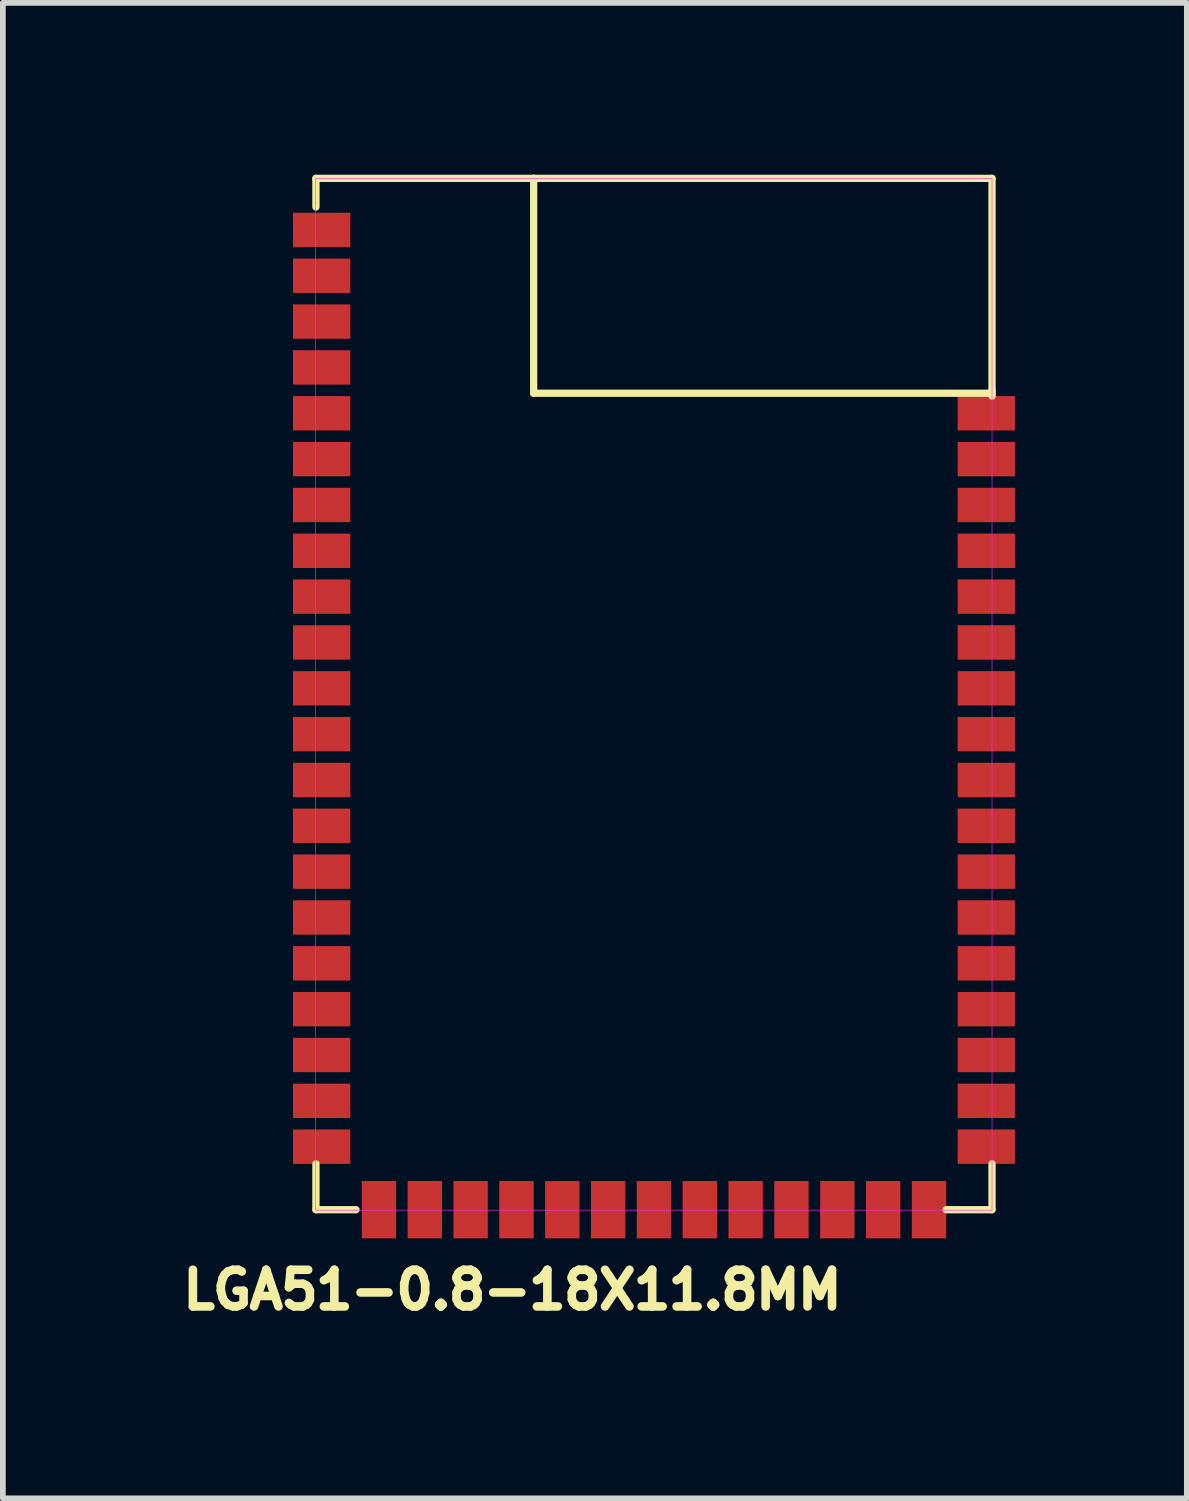
<source format=kicad_pcb>
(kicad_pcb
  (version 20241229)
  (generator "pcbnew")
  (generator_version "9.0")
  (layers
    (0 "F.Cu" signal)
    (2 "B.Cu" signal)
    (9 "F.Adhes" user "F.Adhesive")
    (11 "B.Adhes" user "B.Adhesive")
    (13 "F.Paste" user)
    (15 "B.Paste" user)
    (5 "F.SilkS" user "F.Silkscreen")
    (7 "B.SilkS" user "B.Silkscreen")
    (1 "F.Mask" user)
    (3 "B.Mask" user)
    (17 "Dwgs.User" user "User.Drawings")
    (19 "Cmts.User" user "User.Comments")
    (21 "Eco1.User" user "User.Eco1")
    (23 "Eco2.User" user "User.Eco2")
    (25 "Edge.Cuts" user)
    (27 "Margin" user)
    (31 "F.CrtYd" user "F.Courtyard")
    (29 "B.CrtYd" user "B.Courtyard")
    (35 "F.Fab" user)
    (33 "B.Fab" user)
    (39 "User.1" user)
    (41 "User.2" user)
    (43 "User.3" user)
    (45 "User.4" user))
  (footprint "LGA51-0.8-18X11.8MM"
    (layer "F.Cu")
    (at 8.364 9.063)
    (property "Reference" "LGA51-0.8-18X11.8MM" (at -2.47 10.4 0) (layer "F.SilkS") (effects (font (size 0.64 0.64) (thickness 0.15))))
    (attr smd)
    (fp_line (start -5.9 -9) (end -5.9 -8.5) (stroke (width 0.127) (type solid)) (layer "F.SilkS"))
    (fp_line (start -5.9 8.2) (end -5.9 9) (stroke (width 0.127) (type solid)) (layer "F.SilkS"))
    (fp_line (start -5.9 9) (end -5.2 9) (stroke (width 0.127) (type solid)) (layer "F.SilkS"))
    (fp_line (start -2.1 -9) (end -5.9 -9) (stroke (width 0.127) (type solid)) (layer "F.SilkS"))
    (fp_line (start -2.1 -9) (end -2.1 -5.25) (stroke (width 0.127) (type solid)) (layer "F.SilkS"))
    (fp_line (start -2.1 -5.25) (end 5.9 -5.25) (stroke (width 0.127) (type solid)) (layer "F.SilkS"))
    (fp_line (start 5.1 9) (end 5.9 9) (stroke (width 0.127) (type solid)) (layer "F.SilkS"))
    (fp_line (start 5.9 -9) (end -2.1 -9) (stroke (width 0.127) (type solid)) (layer "F.SilkS"))
    (fp_line (start 5.9 -5.3) (end 5.9 -9) (stroke (width 0.127) (type solid)) (layer "F.SilkS"))
    (fp_line (start 5.9 -5.25) (end 5.9 -5.3) (stroke (width 0.127) (type solid)) (layer "F.SilkS"))
    (fp_line (start 5.9 -5.2) (end 5.9 -5.25) (stroke (width 0.127) (type solid)) (layer "F.SilkS"))
    (fp_line (start 5.9 9) (end 5.9 8.2) (stroke (width 0.127) (type solid)) (layer "F.SilkS"))
    (fp_poly (pts (xy -5.905 -9) (xy 5.9 -9) (xy 5.9 9.008) (xy -5.905 9.008)) (stroke (width 0.01) (type solid)) (fill no) (layer "F.CrtYd"))
    (pad "1" smd rect (at -5.8 -8.1) (size 1 0.6) (layers "F.Cu" "F.Mask" "F.Paste"))
    (pad "2" smd rect (at -5.8 -7.3) (size 1 0.6) (layers "F.Cu" "F.Mask" "F.Paste"))
    (pad "3" smd rect (at -5.8 -6.5) (size 1 0.6) (layers "F.Cu" "F.Mask" "F.Paste"))
    (pad "4" smd rect (at -5.8 -5.7) (size 1 0.6) (layers "F.Cu" "F.Mask" "F.Paste"))
    (pad "5" smd rect (at -5.8 -4.9) (size 1 0.6) (layers "F.Cu" "F.Mask" "F.Paste"))
    (pad "6" smd rect (at -5.8 -4.1) (size 1 0.6) (layers "F.Cu" "F.Mask" "F.Paste"))
    (pad "7" smd rect (at -5.8 -3.3) (size 1 0.6) (layers "F.Cu" "F.Mask" "F.Paste"))
    (pad "8" smd rect (at -5.8 -2.5) (size 1 0.6) (layers "F.Cu" "F.Mask" "F.Paste"))
    (pad "9" smd rect (at -5.8 -1.7) (size 1 0.6) (layers "F.Cu" "F.Mask" "F.Paste"))
    (pad "10" smd rect (at -5.8 -0.9) (size 1 0.6) (layers "F.Cu" "F.Mask" "F.Paste"))
    (pad "11" smd rect (at -5.8 -0.1) (size 1 0.6) (layers "F.Cu" "F.Mask" "F.Paste"))
    (pad "12" smd rect (at -5.8 0.7) (size 1 0.6) (layers "F.Cu" "F.Mask" "F.Paste"))
    (pad "13" smd rect (at -5.8 1.5) (size 1 0.6) (layers "F.Cu" "F.Mask" "F.Paste"))
    (pad "14" smd rect (at -5.8 2.3) (size 1 0.6) (layers "F.Cu" "F.Mask" "F.Paste"))
    (pad "15" smd rect (at -5.8 3.1) (size 1 0.6) (layers "F.Cu" "F.Mask" "F.Paste"))
    (pad "16" smd rect (at -5.8 3.9) (size 1 0.6) (layers "F.Cu" "F.Mask" "F.Paste"))
    (pad "17" smd rect (at -5.8 4.7) (size 1 0.6) (layers "F.Cu" "F.Mask" "F.Paste"))
    (pad "18" smd rect (at -5.8 5.5) (size 1 0.6) (layers "F.Cu" "F.Mask" "F.Paste"))
    (pad "19" smd rect (at -5.8 6.3) (size 1 0.6) (layers "F.Cu" "F.Mask" "F.Paste"))
    (pad "20" smd rect (at -5.8 7.1) (size 1 0.6) (layers "F.Cu" "F.Mask" "F.Paste"))
    (pad "21" smd rect (at -5.8 7.9) (size 1 0.6) (layers "F.Cu" "F.Mask" "F.Paste"))
    (pad "22" smd rect (at -4.8 9) (size 0.6 1) (layers "F.Cu" "F.Mask" "F.Paste"))
    (pad "23" smd rect (at -4 9) (size 0.6 1) (layers "F.Cu" "F.Mask" "F.Paste"))
    (pad "24" smd rect (at -3.2 9) (size 0.6 1) (layers "F.Cu" "F.Mask" "F.Paste"))
    (pad "25" smd rect (at -2.4 9) (size 0.6 1) (layers "F.Cu" "F.Mask" "F.Paste"))
    (pad "26" smd rect (at -1.6 9) (size 0.6 1) (layers "F.Cu" "F.Mask" "F.Paste"))
    (pad "27" smd rect (at -0.8 9) (size 0.6 1) (layers "F.Cu" "F.Mask" "F.Paste"))
    (pad "28" smd rect (at 0 9) (size 0.6 1) (layers "F.Cu" "F.Mask" "F.Paste"))
    (pad "29" smd rect (at 0.8 9) (size 0.6 1) (layers "F.Cu" "F.Mask" "F.Paste"))
    (pad "30" smd rect (at 1.6 9) (size 0.6 1) (layers "F.Cu" "F.Mask" "F.Paste"))
    (pad "31" smd rect (at 2.4 9) (size 0.6 1) (layers "F.Cu" "F.Mask" "F.Paste"))
    (pad "32" smd rect (at 3.2 9) (size 0.6 1) (layers "F.Cu" "F.Mask" "F.Paste"))
    (pad "33" smd rect (at 4 9) (size 0.6 1) (layers "F.Cu" "F.Mask" "F.Paste"))
    (pad "34" smd rect (at 4.8 9) (size 0.6 1) (layers "F.Cu" "F.Mask" "F.Paste"))
    (pad "35" smd rect (at 5.8 7.9) (size 1 0.6) (layers "F.Cu" "F.Mask" "F.Paste"))
    (pad "36" smd rect (at 5.8 7.1) (size 1 0.6) (layers "F.Cu" "F.Mask" "F.Paste"))
    (pad "37" smd rect (at 5.8 6.3) (size 1 0.6) (layers "F.Cu" "F.Mask" "F.Paste"))
    (pad "38" smd rect (at 5.8 5.5) (size 1 0.6) (layers "F.Cu" "F.Mask" "F.Paste"))
    (pad "39" smd rect (at 5.8 4.7) (size 1 0.6) (layers "F.Cu" "F.Mask" "F.Paste"))
    (pad "40" smd rect (at 5.8 3.9) (size 1 0.6) (layers "F.Cu" "F.Mask" "F.Paste"))
    (pad "41" smd rect (at 5.8 3.1) (size 1 0.6) (layers "F.Cu" "F.Mask" "F.Paste"))
    (pad "42" smd rect (at 5.8 2.3) (size 1 0.6) (layers "F.Cu" "F.Mask" "F.Paste"))
    (pad "43" smd rect (at 5.8 1.5) (size 1 0.6) (layers "F.Cu" "F.Mask" "F.Paste"))
    (pad "44" smd rect (at 5.8 0.7) (size 1 0.6) (layers "F.Cu" "F.Mask" "F.Paste"))
    (pad "45" smd rect (at 5.8 -0.1) (size 1 0.6) (layers "F.Cu" "F.Mask" "F.Paste"))
    (pad "46" smd rect (at 5.8 -0.9) (size 1 0.6) (layers "F.Cu" "F.Mask" "F.Paste"))
    (pad "47" smd rect (at 5.8 -1.7) (size 1 0.6) (layers "F.Cu" "F.Mask" "F.Paste"))
    (pad "48" smd rect (at 5.8 -2.5) (size 1 0.6) (layers "F.Cu" "F.Mask" "F.Paste"))
    (pad "49" smd rect (at 5.8 -3.3) (size 1 0.6) (layers "F.Cu" "F.Mask" "F.Paste"))
    (pad "50" smd rect (at 5.8 -4.1) (size 1 0.6) (layers "F.Cu" "F.Mask" "F.Paste"))
    (pad "51" smd rect (at 5.8 -4.9) (size 1 0.6) (layers "F.Cu" "F.Mask" "F.Paste"))
    (zone (net_name "") (layer "F.Cu") (hatch full 0.508) (connect_pads) (min_thickness 0.01) (filled_areas_thickness no) (keepout (tracks not_allowed) (vias not_allowed) (pads not_allowed) (copperpour not_allowed) (footprints allowed)) (placement (enabled no)) (fill) (polygon (pts (xy 6.262 0.064) (xy 14.264 0.064) (xy 14.264 3.86) (xy 6.262 3.86))))
    (zone (net_name "") (layer "B.Cu") (hatch full 0.508) (connect_pads) (min_thickness 0.01) (filled_areas_thickness no) (keepout (tracks not_allowed) (vias not_allowed) (pads not_allowed) (copperpour not_allowed) (footprints allowed)) (placement (enabled no)) (fill) (polygon (pts (xy 6.262 0.064) (xy 14.264 0.064) (xy 14.264 3.86) (xy 6.262 3.86)))))
  (gr_rect
    (start -3 -3)
    (end 17.664 23.101)
    (stroke (width 0.1) (type default))
    (fill no)
    (layer "Edge.Cuts")))
</source>
